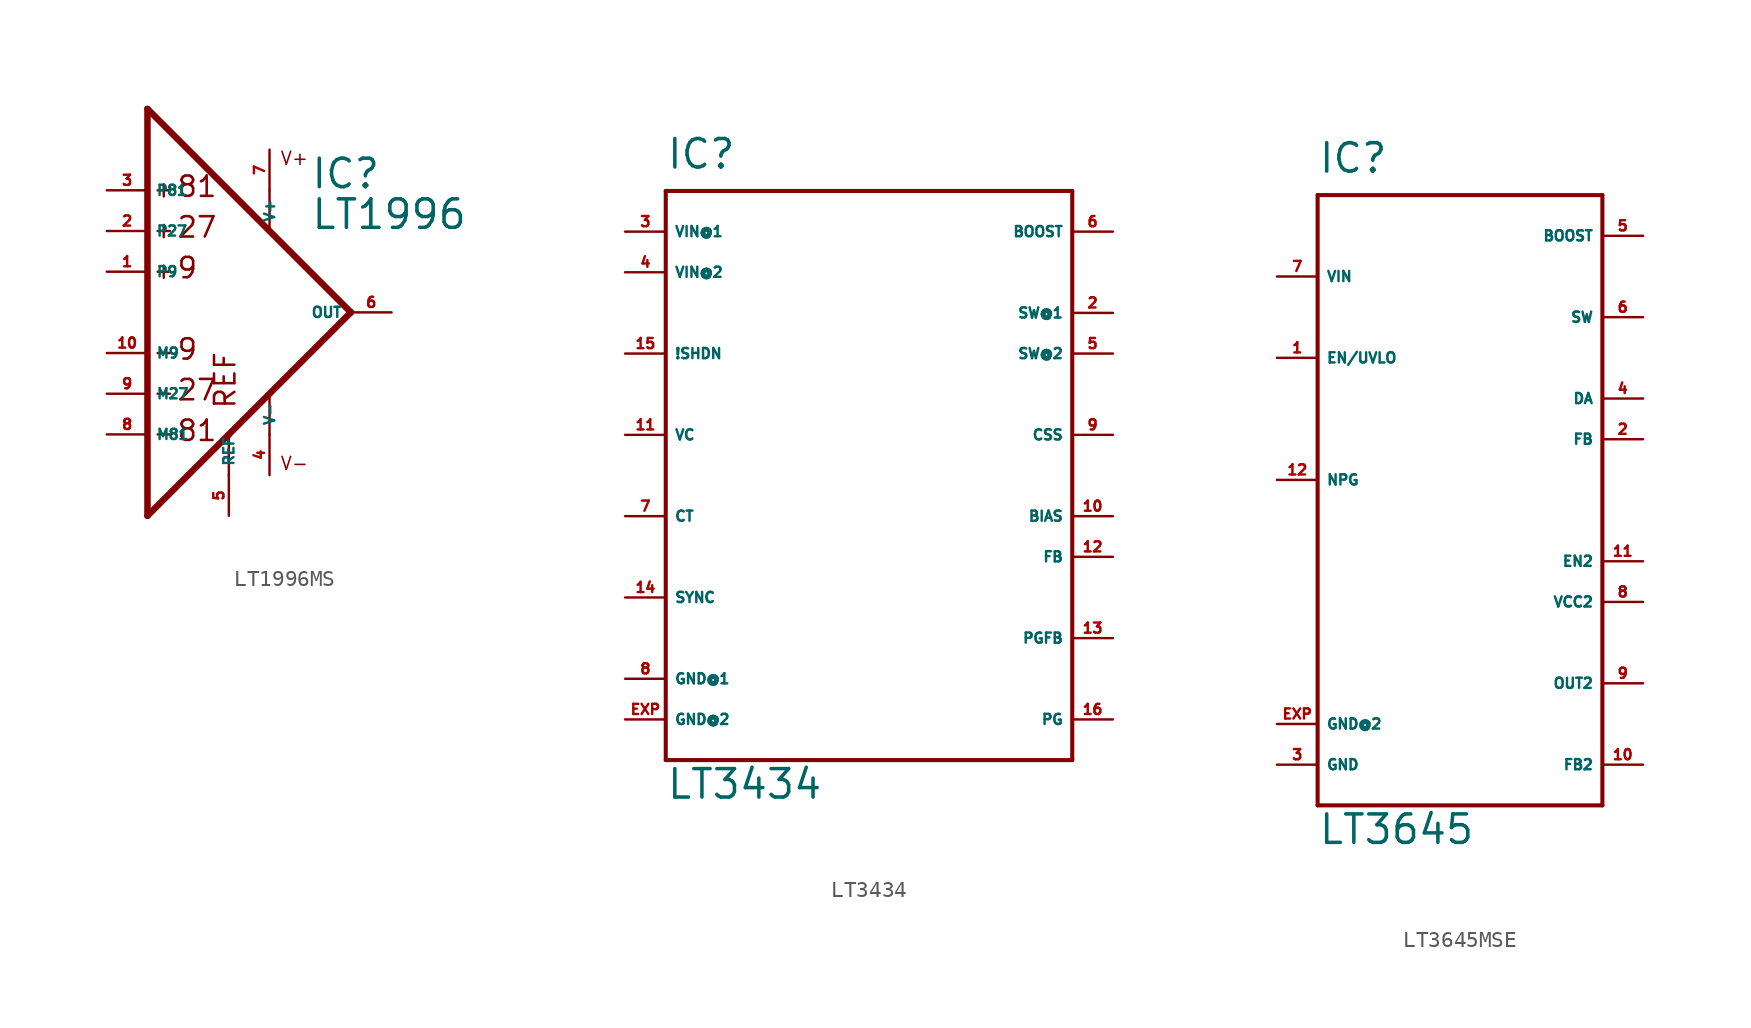
<source format=kicad_sym>
(kicad_symbol_lib
  (version 20220914)
  (generator Eagle2Kicad)
  (symbol "LT1996MS"
    (property "Reference" "IC"
      (at 5.08 7.62 0)
      (effects (font (size 1.778 1.778) (thickness 0.22)) (justify left bottom)))
    (property "Value" "LT1996"
      (at 5.08 5.08 0)
      (effects (font (size 1.778 1.778) (thickness 0.22)) (justify left bottom)))
    (polyline
      (pts (xy -4.064 8.001) (xy -4.064 7.239))
      (stroke (width 0.152) (type default))
      (fill (type none)))
    (polyline
      (pts (xy -4.445 7.62) (xy -3.683 7.62))
      (stroke (width 0.152) (type default))
      (fill (type none)))
    (polyline
      (pts (xy -5.08 12.7) (xy -5.08 -12.7))
      (stroke (width 0.406) (type default))
      (fill (type none)))
    (polyline
      (pts (xy -5.08 -12.7) (xy 0 -7.62))
      (stroke (width 0.406) (type default))
      (fill (type none)))
    (polyline
      (pts (xy 0 -7.62) (xy 7.62 0))
      (stroke (width 0.406) (type default))
      (fill (type none)))
    (polyline
      (pts (xy 7.62 0) (xy -5.08 12.7))
      (stroke (width 0.406) (type default))
      (fill (type none)))
    (polyline
      (pts (xy 2.54 7.62) (xy 2.54 5.156))
      (stroke (width 0.152) (type default))
      (fill (type none)))
    (polyline
      (pts (xy 0 -7.62) (xy 0 -10.16))
      (stroke (width 0.152) (type default))
      (fill (type none)))
    (polyline
      (pts (xy 2.54 -5.156) (xy 2.54 -7.62))
      (stroke (width 0.152) (type default))
      (fill (type none)))
    (polyline
      (pts (xy -4.064 5.461) (xy -4.064 4.699))
      (stroke (width 0.152) (type default))
      (fill (type none)))
    (polyline
      (pts (xy -4.445 5.08) (xy -3.683 5.08))
      (stroke (width 0.152) (type default))
      (fill (type none)))
    (polyline
      (pts (xy -4.064 2.921) (xy -4.064 2.159))
      (stroke (width 0.152) (type default))
      (fill (type none)))
    (polyline
      (pts (xy -4.445 2.54) (xy -3.683 2.54))
      (stroke (width 0.152) (type default))
      (fill (type none)))
    (polyline
      (pts (xy -4.445 -2.54) (xy -3.683 -2.54))
      (stroke (width 0.152) (type default))
      (fill (type none)))
    (polyline
      (pts (xy -4.445 -5.08) (xy -3.683 -5.08))
      (stroke (width 0.152) (type default))
      (fill (type none)))
    (polyline
      (pts (xy -4.445 -7.62) (xy -3.683 -7.62))
      (stroke (width 0.152) (type default))
      (fill (type none)))
    (text "V+"
      (at 3.175 9.144 0)
      (effects (font (size 0.813 0.813) (thickness 0.10)) (justify left bottom)))
    (text "V-"
      (at 3.175 -9.906 0)
      (effects (font (size 0.813 0.813) (thickness 0.10)) (justify left bottom)))
    (text "REF"
      (at 0.508 -6.096 900)
      (effects (font (size 1.27 1.27) (thickness 0.16)) (justify left bottom)))
    (text "81"
      (at -3.302 7.112 0)
      (effects (font (size 1.27 1.27) (thickness 0.16)) (justify left bottom)))
    (text "27"
      (at -3.302 4.572 0)
      (effects (font (size 1.27 1.27) (thickness 0.16)) (justify left bottom)))
    (text "9"
      (at -3.302 2.032 0)
      (effects (font (size 1.27 1.27) (thickness 0.16)) (justify left bottom)))
    (text "9"
      (at -3.302 -3.048 0)
      (effects (font (size 1.27 1.27) (thickness 0.16)) (justify left bottom)))
    (text "27"
      (at -3.302 -5.588 0)
      (effects (font (size 1.27 1.27) (thickness 0.16)) (justify left bottom)))
    (text "81"
      (at -3.302 -8.128 0)
      (effects (font (size 1.27 1.27) (thickness 0.16)) (justify left bottom)))
    (pin input line
      (at -7.62 7.62 0)
      (length 2.54)
      (name "P81" (effects (font (size 0.635 0.635) (thickness 0.08)) (justify left bottom)))
      (number "3" (effects (font (size 0.635 0.635) (thickness 0.08)) (justify left bottom))))
    (pin input line
      (at -7.62 -7.62 0)
      (length 2.54)
      (name "M81" (effects (font (size 0.635 0.635) (thickness 0.08)) (justify left bottom)))
      (number "8" (effects (font (size 0.635 0.635) (thickness 0.08)) (justify left bottom))))
    (pin input line
      (at -7.62 -5.08 0)
      (length 2.54)
      (name "M27" (effects (font (size 0.635 0.635) (thickness 0.08)) (justify left bottom)))
      (number "9" (effects (font (size 0.635 0.635) (thickness 0.08)) (justify left bottom))))
    (pin input line
      (at 0 -12.7 90)
      (length 2.54)
      (name "REF" (effects (font (size 0.635 0.635) (thickness 0.08)) (justify left bottom)))
      (number "5" (effects (font (size 0.635 0.635) (thickness 0.08)) (justify left bottom))))
    (pin output line
      (at 10.16 0 180)
      (length 2.54)
      (name "OUT" (effects (font (size 0.635 0.635) (thickness 0.08)) (justify left bottom)))
      (number "6" (effects (font (size 0.635 0.635) (thickness 0.08)) (justify left bottom))))
    (pin unspecified line
      (at 2.54 10.16 270)
      (length 2.54)
      (name "V+" (effects (font (size 0.635 0.635) (thickness 0.08)) (justify left bottom)))
      (number "7" (effects (font (size 0.635 0.635) (thickness 0.08)) (justify left bottom))))
    (pin unspecified line
      (at 2.54 -10.16 90)
      (length 2.54)
      (name "V-" (effects (font (size 0.635 0.635) (thickness 0.08)) (justify left bottom)))
      (number "4" (effects (font (size 0.635 0.635) (thickness 0.08)) (justify left bottom))))
    (pin input line
      (at -7.62 5.08 0)
      (length 2.54)
      (name "P27" (effects (font (size 0.635 0.635) (thickness 0.08)) (justify left bottom)))
      (number "2" (effects (font (size 0.635 0.635) (thickness 0.08)) (justify left bottom))))
    (pin input line
      (at -7.62 2.54 0)
      (length 2.54)
      (name "P9" (effects (font (size 0.635 0.635) (thickness 0.08)) (justify left bottom)))
      (number "1" (effects (font (size 0.635 0.635) (thickness 0.08)) (justify left bottom))))
    (pin input line
      (at -7.62 -2.54 0)
      (length 2.54)
      (name "M9" (effects (font (size 0.635 0.635) (thickness 0.08)) (justify left bottom)))
      (number "10" (effects (font (size 0.635 0.635) (thickness 0.08)) (justify left bottom)))))
  (symbol "LT3434"
    (property "Reference" "IC"
      (at -12.7 19.05 0)
      (effects (font (size 1.778 1.778) (thickness 0.22)) (justify left bottom)))
    (property "Value" "LT3434"
      (at -12.7 -20.32 0)
      (effects (font (size 1.778 1.778) (thickness 0.22)) (justify left bottom)))
    (polyline
      (pts (xy -12.7 17.78) (xy 12.7 17.78))
      (stroke (width 0.254) (type default))
      (fill (type none)))
    (polyline
      (pts (xy 12.7 17.78) (xy 12.7 -17.78))
      (stroke (width 0.254) (type default))
      (fill (type none)))
    (polyline
      (pts (xy 12.7 -17.78) (xy -12.7 -17.78))
      (stroke (width 0.254) (type default))
      (fill (type none)))
    (polyline
      (pts (xy -12.7 -17.78) (xy -12.7 17.78))
      (stroke (width 0.254) (type default))
      (fill (type none)))
    (pin input line
      (at -15.24 15.24 0)
      (length 2.54)
      (name "VIN@1" (effects (font (size 0.635 0.635) (thickness 0.08)) (justify left bottom)))
      (number "3" (effects (font (size 0.635 0.635) (thickness 0.08)) (justify left bottom))))
    (pin input line
      (at -15.24 7.62 0)
      (length 2.54)
      (name "!SHDN" (effects (font (size 0.635 0.635) (thickness 0.08)) (justify left bottom)))
      (number "15" (effects (font (size 0.635 0.635) (thickness 0.08)) (justify left bottom))))
    (pin passive line
      (at -15.24 2.54 0)
      (length 2.54)
      (name "VC" (effects (font (size 0.635 0.635) (thickness 0.08)) (justify left bottom)))
      (number "11" (effects (font (size 0.635 0.635) (thickness 0.08)) (justify left bottom))))
    (pin passive line
      (at -15.24 -2.54 0)
      (length 2.54)
      (name "CT" (effects (font (size 0.635 0.635) (thickness 0.08)) (justify left bottom)))
      (number "7" (effects (font (size 0.635 0.635) (thickness 0.08)) (justify left bottom))))
    (pin input line
      (at -15.24 -7.62 0)
      (length 2.54)
      (name "SYNC" (effects (font (size 0.635 0.635) (thickness 0.08)) (justify left bottom)))
      (number "14" (effects (font (size 0.635 0.635) (thickness 0.08)) (justify left bottom))))
    (pin unspecified line
      (at -15.24 -12.7 0)
      (length 2.54)
      (name "GND@1" (effects (font (size 0.635 0.635) (thickness 0.08)) (justify left bottom)))
      (number "8" (effects (font (size 0.635 0.635) (thickness 0.08)) (justify left bottom))))
    (pin input line
      (at 15.24 15.24 180)
      (length 2.54)
      (name "BOOST" (effects (font (size 0.635 0.635) (thickness 0.08)) (justify left bottom)))
      (number "6" (effects (font (size 0.635 0.635) (thickness 0.08)) (justify left bottom))))
    (pin output line
      (at 15.24 10.16 180)
      (length 2.54)
      (name "SW@1" (effects (font (size 0.635 0.635) (thickness 0.08)) (justify left bottom)))
      (number "2" (effects (font (size 0.635 0.635) (thickness 0.08)) (justify left bottom))))
    (pin passive line
      (at 15.24 7.62 180)
      (length 2.54)
      (name "SW@2" (effects (font (size 0.635 0.635) (thickness 0.08)) (justify left bottom)))
      (number "5" (effects (font (size 0.635 0.635) (thickness 0.08)) (justify left bottom))))
    (pin open_collector line
      (at 15.24 -15.24 180)
      (length 2.54)
      (name "PG" (effects (font (size 0.635 0.635) (thickness 0.08)) (justify left bottom)))
      (number "16" (effects (font (size 0.635 0.635) (thickness 0.08)) (justify left bottom))))
    (pin input line
      (at 15.24 -2.54 180)
      (length 2.54)
      (name "BIAS" (effects (font (size 0.635 0.635) (thickness 0.08)) (justify left bottom)))
      (number "10" (effects (font (size 0.635 0.635) (thickness 0.08)) (justify left bottom))))
    (pin input line
      (at 15.24 -5.08 180)
      (length 2.54)
      (name "FB" (effects (font (size 0.635 0.635) (thickness 0.08)) (justify left bottom)))
      (number "12" (effects (font (size 0.635 0.635) (thickness 0.08)) (justify left bottom))))
    (pin input line
      (at 15.24 -10.16 180)
      (length 2.54)
      (name "PGFB" (effects (font (size 0.635 0.635) (thickness 0.08)) (justify left bottom)))
      (number "13" (effects (font (size 0.635 0.635) (thickness 0.08)) (justify left bottom))))
    (pin input line
      (at 15.24 2.54 180)
      (length 2.54)
      (name "CSS" (effects (font (size 0.635 0.635) (thickness 0.08)) (justify left bottom)))
      (number "9" (effects (font (size 0.635 0.635) (thickness 0.08)) (justify left bottom))))
    (pin unspecified line
      (at -15.24 -15.24 0)
      (length 2.54)
      (name "GND@2" (effects (font (size 0.635 0.635) (thickness 0.08)) (justify left bottom)))
      (number "EXP" (effects (font (size 0.635 0.635) (thickness 0.08)) (justify left bottom))))
    (pin input line
      (at -15.24 12.7 0)
      (length 2.54)
      (name "VIN@2" (effects (font (size 0.635 0.635) (thickness 0.08)) (justify left bottom)))
      (number "4" (effects (font (size 0.635 0.635) (thickness 0.08)) (justify left bottom)))))
  (symbol "LT3645MSE"
    (property "Reference" "IC"
      (at -7.62 19.05 0)
      (effects (font (size 1.778 1.778) (thickness 0.22)) (justify left bottom)))
    (property "Value" "LT3645"
      (at -7.62 -22.86 0)
      (effects (font (size 1.778 1.778) (thickness 0.22)) (justify left bottom)))
    (polyline
      (pts (xy -7.62 17.78) (xy -7.62 -20.32))
      (stroke (width 0.254) (type default))
      (fill (type none)))
    (polyline
      (pts (xy -7.62 -20.32) (xy 10.16 -20.32))
      (stroke (width 0.254) (type default))
      (fill (type none)))
    (polyline
      (pts (xy 10.16 -20.32) (xy 10.16 17.78))
      (stroke (width 0.254) (type default))
      (fill (type none)))
    (polyline
      (pts (xy 10.16 17.78) (xy -7.62 17.78))
      (stroke (width 0.254) (type default))
      (fill (type none)))
    (pin output line
      (at -10.16 0 0)
      (length 2.54)
      (name "NPG" (effects (font (size 0.635 0.635) (thickness 0.08)) (justify left bottom)))
      (number "12" (effects (font (size 0.635 0.635) (thickness 0.08)) (justify left bottom))))
    (pin input line
      (at 12.7 -5.08 180)
      (length 2.54)
      (name "EN2" (effects (font (size 0.635 0.635) (thickness 0.08)) (justify left bottom)))
      (number "11" (effects (font (size 0.635 0.635) (thickness 0.08)) (justify left bottom))))
    (pin input line
      (at -10.16 7.62 0)
      (length 2.54)
      (name "EN/UVLO" (effects (font (size 0.635 0.635) (thickness 0.08)) (justify left bottom)))
      (number "1" (effects (font (size 0.635 0.635) (thickness 0.08)) (justify left bottom))))
    (pin input line
      (at 12.7 2.54 180)
      (length 2.54)
      (name "FB" (effects (font (size 0.635 0.635) (thickness 0.08)) (justify left bottom)))
      (number "2" (effects (font (size 0.635 0.635) (thickness 0.08)) (justify left bottom))))
    (pin unspecified line
      (at -10.16 -17.78 0)
      (length 2.54)
      (name "GND" (effects (font (size 0.635 0.635) (thickness 0.08)) (justify left bottom)))
      (number "3" (effects (font (size 0.635 0.635) (thickness 0.08)) (justify left bottom))))
    (pin input line
      (at 12.7 5.08 180)
      (length 2.54)
      (name "DA" (effects (font (size 0.635 0.635) (thickness 0.08)) (justify left bottom)))
      (number "4" (effects (font (size 0.635 0.635) (thickness 0.08)) (justify left bottom))))
    (pin open_collector line
      (at 12.7 10.16 180)
      (length 2.54)
      (name "SW" (effects (font (size 0.635 0.635) (thickness 0.08)) (justify left bottom)))
      (number "6" (effects (font (size 0.635 0.635) (thickness 0.08)) (justify left bottom))))
    (pin input line
      (at 12.7 15.24 180)
      (length 2.54)
      (name "BOOST" (effects (font (size 0.635 0.635) (thickness 0.08)) (justify left bottom)))
      (number "5" (effects (font (size 0.635 0.635) (thickness 0.08)) (justify left bottom))))
    (pin input line
      (at -10.16 12.7 0)
      (length 2.54)
      (name "VIN" (effects (font (size 0.635 0.635) (thickness 0.08)) (justify left bottom)))
      (number "7" (effects (font (size 0.635 0.635) (thickness 0.08)) (justify left bottom))))
    (pin input line
      (at 12.7 -7.62 180)
      (length 2.54)
      (name "VCC2" (effects (font (size 0.635 0.635) (thickness 0.08)) (justify left bottom)))
      (number "8" (effects (font (size 0.635 0.635) (thickness 0.08)) (justify left bottom))))
    (pin output line
      (at 12.7 -12.7 180)
      (length 2.54)
      (name "OUT2" (effects (font (size 0.635 0.635) (thickness 0.08)) (justify left bottom)))
      (number "9" (effects (font (size 0.635 0.635) (thickness 0.08)) (justify left bottom))))
    (pin input line
      (at 12.7 -17.78 180)
      (length 2.54)
      (name "FB2" (effects (font (size 0.635 0.635) (thickness 0.08)) (justify left bottom)))
      (number "10" (effects (font (size 0.635 0.635) (thickness 0.08)) (justify left bottom))))
    (pin unspecified line
      (at -10.16 -15.24 0)
      (length 2.54)
      (name "GND@2" (effects (font (size 0.635 0.635) (thickness 0.08)) (justify left bottom)))
      (number "EXP" (effects (font (size 0.635 0.635) (thickness 0.08)) (justify left bottom))))))
</source>
